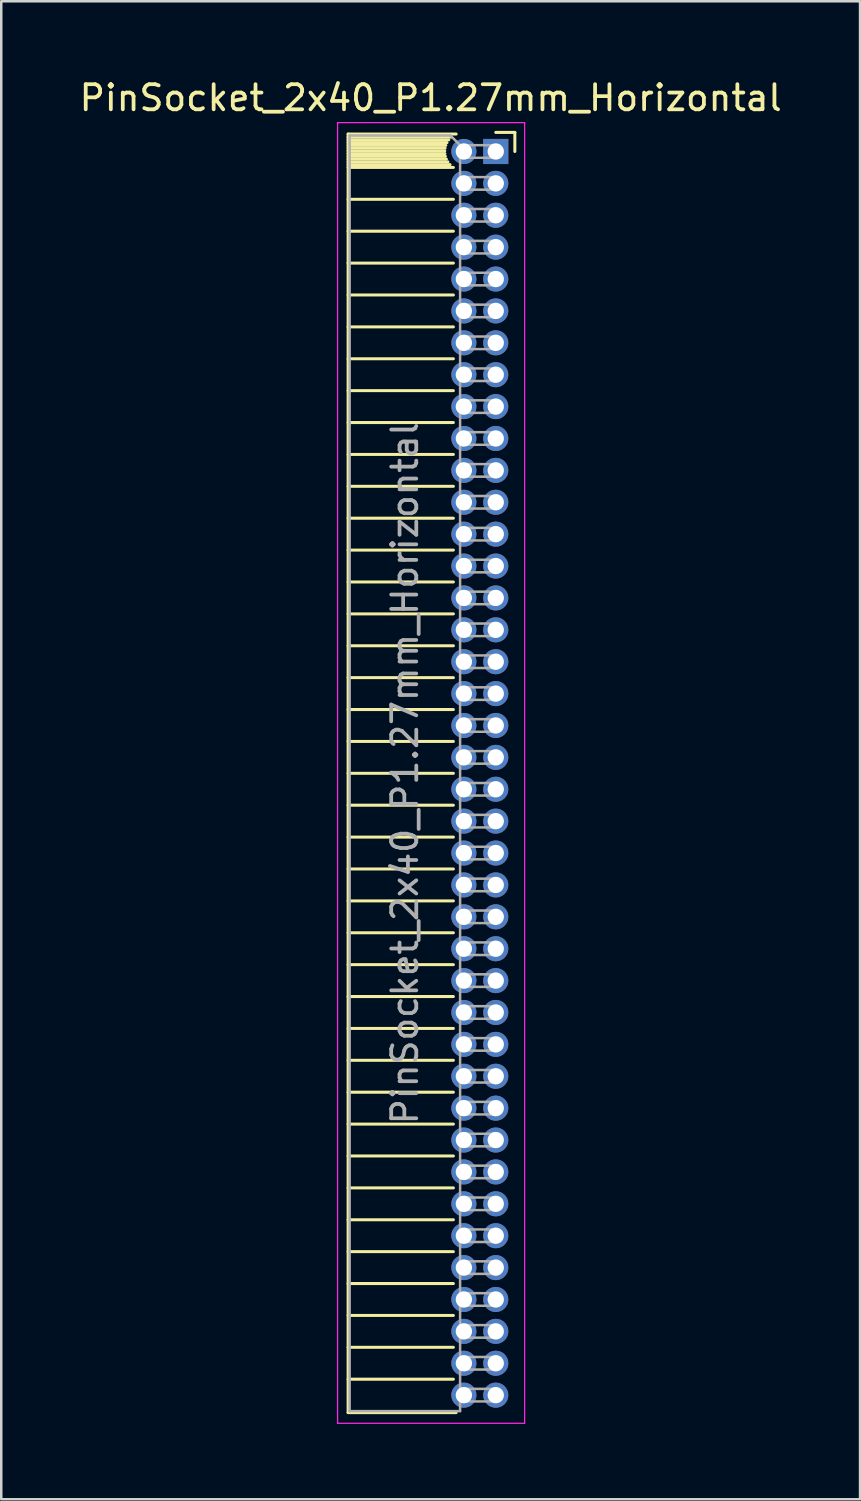
<source format=kicad_pcb>
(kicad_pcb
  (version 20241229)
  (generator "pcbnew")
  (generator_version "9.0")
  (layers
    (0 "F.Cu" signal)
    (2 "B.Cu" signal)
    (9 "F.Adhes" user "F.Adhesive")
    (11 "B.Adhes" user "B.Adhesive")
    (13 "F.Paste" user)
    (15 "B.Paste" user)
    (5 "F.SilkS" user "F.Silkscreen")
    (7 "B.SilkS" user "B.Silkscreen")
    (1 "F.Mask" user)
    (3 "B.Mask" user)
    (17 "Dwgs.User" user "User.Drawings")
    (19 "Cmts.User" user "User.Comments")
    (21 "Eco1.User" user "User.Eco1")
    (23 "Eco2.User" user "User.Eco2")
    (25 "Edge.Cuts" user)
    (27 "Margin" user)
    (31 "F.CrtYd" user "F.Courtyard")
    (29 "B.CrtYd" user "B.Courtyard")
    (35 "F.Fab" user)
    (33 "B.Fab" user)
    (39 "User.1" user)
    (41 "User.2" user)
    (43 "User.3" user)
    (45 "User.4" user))
  (footprint "PinSocket_2x40_P1.27mm_Horizontal"
    (layer "F.Cu")
    (at 16.694 2.983)
    (property "Reference" "PinSocket_2x40_P1.27mm_Horizontal" (at -2.592 -2.135 0) (layer "F.SilkS") (effects (font (size 1 1) (thickness 0.15))))
    (attr through_hole)
    (fp_line (start -5.88 -0.695) (end -5.88 50.225) (stroke (width 0.12) (type solid)) (layer "F.SilkS"))
    (fp_line (start -5.88 -0.695) (end -1.578 -0.695) (stroke (width 0.12) (type solid)) (layer "F.SilkS"))
    (fp_line (start -5.88 -0.575) (end -1.767 -0.575) (stroke (width 0.12) (type solid)) (layer "F.SilkS"))
    (fp_line (start -5.88 -0.465) (end -1.871 -0.465) (stroke (width 0.12) (type solid)) (layer "F.SilkS"))
    (fp_line (start -5.88 -0.355) (end -1.942 -0.355) (stroke (width 0.12) (type solid)) (layer "F.SilkS"))
    (fp_line (start -5.88 -0.245) (end -1.989 -0.245) (stroke (width 0.12) (type solid)) (layer "F.SilkS"))
    (fp_line (start -5.88 -0.135) (end -2.018 -0.135) (stroke (width 0.12) (type solid)) (layer "F.SilkS"))
    (fp_line (start -5.88 -0.025) (end -2.03 -0.025) (stroke (width 0.12) (type solid)) (layer "F.SilkS"))
    (fp_line (start -5.88 0.085) (end -2.025 0.085) (stroke (width 0.12) (type solid)) (layer "F.SilkS"))
    (fp_line (start -5.88 0.195) (end -2.005 0.195) (stroke (width 0.12) (type solid)) (layer "F.SilkS"))
    (fp_line (start -5.88 0.305) (end -1.966 0.305) (stroke (width 0.12) (type solid)) (layer "F.SilkS"))
    (fp_line (start -5.88 0.415) (end -1.907 0.415) (stroke (width 0.12) (type solid)) (layer "F.SilkS"))
    (fp_line (start -5.88 0.525) (end -1.82 0.525) (stroke (width 0.12) (type solid)) (layer "F.SilkS"))
    (fp_line (start -5.88 0.635) (end -1.688 0.635) (stroke (width 0.12) (type solid)) (layer "F.SilkS"))
    (fp_line (start -5.88 1.905) (end -1.688 1.905) (stroke (width 0.12) (type solid)) (layer "F.SilkS"))
    (fp_line (start -5.88 3.175) (end -1.688 3.175) (stroke (width 0.12) (type solid)) (layer "F.SilkS"))
    (fp_line (start -5.88 4.445) (end -1.688 4.445) (stroke (width 0.12) (type solid)) (layer "F.SilkS"))
    (fp_line (start -5.88 5.715) (end -1.688 5.715) (stroke (width 0.12) (type solid)) (layer "F.SilkS"))
    (fp_line (start -5.88 6.985) (end -1.688 6.985) (stroke (width 0.12) (type solid)) (layer "F.SilkS"))
    (fp_line (start -5.88 8.255) (end -1.688 8.255) (stroke (width 0.12) (type solid)) (layer "F.SilkS"))
    (fp_line (start -5.88 9.525) (end -1.688 9.525) (stroke (width 0.12) (type solid)) (layer "F.SilkS"))
    (fp_line (start -5.88 10.795) (end -1.688 10.795) (stroke (width 0.12) (type solid)) (layer "F.SilkS"))
    (fp_line (start -5.88 12.065) (end -1.688 12.065) (stroke (width 0.12) (type solid)) (layer "F.SilkS"))
    (fp_line (start -5.88 13.335) (end -1.688 13.335) (stroke (width 0.12) (type solid)) (layer "F.SilkS"))
    (fp_line (start -5.88 14.605) (end -1.688 14.605) (stroke (width 0.12) (type solid)) (layer "F.SilkS"))
    (fp_line (start -5.88 15.875) (end -1.688 15.875) (stroke (width 0.12) (type solid)) (layer "F.SilkS"))
    (fp_line (start -5.88 17.145) (end -1.688 17.145) (stroke (width 0.12) (type solid)) (layer "F.SilkS"))
    (fp_line (start -5.88 18.415) (end -1.688 18.415) (stroke (width 0.12) (type solid)) (layer "F.SilkS"))
    (fp_line (start -5.88 19.685) (end -1.688 19.685) (stroke (width 0.12) (type solid)) (layer "F.SilkS"))
    (fp_line (start -5.88 20.955) (end -1.688 20.955) (stroke (width 0.12) (type solid)) (layer "F.SilkS"))
    (fp_line (start -5.88 22.225) (end -1.688 22.225) (stroke (width 0.12) (type solid)) (layer "F.SilkS"))
    (fp_line (start -5.88 23.495) (end -1.688 23.495) (stroke (width 0.12) (type solid)) (layer "F.SilkS"))
    (fp_line (start -5.88 24.765) (end -1.688 24.765) (stroke (width 0.12) (type solid)) (layer "F.SilkS"))
    (fp_line (start -5.88 26.035) (end -1.688 26.035) (stroke (width 0.12) (type solid)) (layer "F.SilkS"))
    (fp_line (start -5.88 27.305) (end -1.688 27.305) (stroke (width 0.12) (type solid)) (layer "F.SilkS"))
    (fp_line (start -5.88 28.575) (end -1.688 28.575) (stroke (width 0.12) (type solid)) (layer "F.SilkS"))
    (fp_line (start -5.88 29.845) (end -1.688 29.845) (stroke (width 0.12) (type solid)) (layer "F.SilkS"))
    (fp_line (start -5.88 31.115) (end -1.688 31.115) (stroke (width 0.12) (type solid)) (layer "F.SilkS"))
    (fp_line (start -5.88 32.385) (end -1.688 32.385) (stroke (width 0.12) (type solid)) (layer "F.SilkS"))
    (fp_line (start -5.88 33.655) (end -1.688 33.655) (stroke (width 0.12) (type solid)) (layer "F.SilkS"))
    (fp_line (start -5.88 34.925) (end -1.688 34.925) (stroke (width 0.12) (type solid)) (layer "F.SilkS"))
    (fp_line (start -5.88 36.195) (end -1.688 36.195) (stroke (width 0.12) (type solid)) (layer "F.SilkS"))
    (fp_line (start -5.88 37.465) (end -1.688 37.465) (stroke (width 0.12) (type solid)) (layer "F.SilkS"))
    (fp_line (start -5.88 38.735) (end -1.688 38.735) (stroke (width 0.12) (type solid)) (layer "F.SilkS"))
    (fp_line (start -5.88 40.005) (end -1.688 40.005) (stroke (width 0.12) (type solid)) (layer "F.SilkS"))
    (fp_line (start -5.88 41.275) (end -1.688 41.275) (stroke (width 0.12) (type solid)) (layer "F.SilkS"))
    (fp_line (start -5.88 42.545) (end -1.688 42.545) (stroke (width 0.12) (type solid)) (layer "F.SilkS"))
    (fp_line (start -5.88 43.815) (end -1.688 43.815) (stroke (width 0.12) (type solid)) (layer "F.SilkS"))
    (fp_line (start -5.88 45.085) (end -1.688 45.085) (stroke (width 0.12) (type solid)) (layer "F.SilkS"))
    (fp_line (start -5.88 46.355) (end -1.688 46.355) (stroke (width 0.12) (type solid)) (layer "F.SilkS"))
    (fp_line (start -5.88 47.625) (end -1.688 47.625) (stroke (width 0.12) (type solid)) (layer "F.SilkS"))
    (fp_line (start -5.88 48.895) (end -1.688 48.895) (stroke (width 0.12) (type solid)) (layer "F.SilkS"))
    (fp_line (start -5.88 50.225) (end -1.578 50.225) (stroke (width 0.12) (type solid)) (layer "F.SilkS"))
    (fp_line (start 0 -0.76) (end 0.76 -0.76) (stroke (width 0.12) (type solid)) (layer "F.SilkS"))
    (fp_line (start 0.76 -0.76) (end 0.76 0) (stroke (width 0.12) (type solid)) (layer "F.SilkS"))
    (fp_line (start -6.3 -1.15) (end -6.3 50.65) (stroke (width 0.05) (type solid)) (layer "F.CrtYd"))
    (fp_line (start -6.3 50.65) (end 1.15 50.65) (stroke (width 0.05) (type solid)) (layer "F.CrtYd"))
    (fp_line (start 1.15 -1.15) (end -6.3 -1.15) (stroke (width 0.05) (type solid)) (layer "F.CrtYd"))
    (fp_line (start 1.15 50.65) (end 1.15 -1.15) (stroke (width 0.05) (type solid)) (layer "F.CrtYd"))
    (fp_line (start -5.82 -0.635) (end -1.805 -0.635) (stroke (width 0.1) (type solid)) (layer "F.Fab"))
    (fp_line (start -5.82 50.165) (end -5.82 -0.635) (stroke (width 0.1) (type solid)) (layer "F.Fab"))
    (fp_line (start -1.805 -0.635) (end -1.42 -0.25) (stroke (width 0.1) (type solid)) (layer "F.Fab"))
    (fp_line (start -1.42 -0.25) (end -1.42 50.165) (stroke (width 0.1) (type solid)) (layer "F.Fab"))
    (fp_line (start -1.42 0.25) (end 0 0.25) (stroke (width 0.1) (type solid)) (layer "F.Fab"))
    (fp_line (start -1.42 1.52) (end 0 1.52) (stroke (width 0.1) (type solid)) (layer "F.Fab"))
    (fp_line (start -1.42 2.79) (end 0 2.79) (stroke (width 0.1) (type solid)) (layer "F.Fab"))
    (fp_line (start -1.42 4.06) (end 0 4.06) (stroke (width 0.1) (type solid)) (layer "F.Fab"))
    (fp_line (start -1.42 5.33) (end 0 5.33) (stroke (width 0.1) (type solid)) (layer "F.Fab"))
    (fp_line (start -1.42 6.6) (end 0 6.6) (stroke (width 0.1) (type solid)) (layer "F.Fab"))
    (fp_line (start -1.42 7.87) (end 0 7.87) (stroke (width 0.1) (type solid)) (layer "F.Fab"))
    (fp_line (start -1.42 9.14) (end 0 9.14) (stroke (width 0.1) (type solid)) (layer "F.Fab"))
    (fp_line (start -1.42 10.41) (end 0 10.41) (stroke (width 0.1) (type solid)) (layer "F.Fab"))
    (fp_line (start -1.42 11.68) (end 0 11.68) (stroke (width 0.1) (type solid)) (layer "F.Fab"))
    (fp_line (start -1.42 12.95) (end 0 12.95) (stroke (width 0.1) (type solid)) (layer "F.Fab"))
    (fp_line (start -1.42 14.22) (end 0 14.22) (stroke (width 0.1) (type solid)) (layer "F.Fab"))
    (fp_line (start -1.42 15.49) (end 0 15.49) (stroke (width 0.1) (type solid)) (layer "F.Fab"))
    (fp_line (start -1.42 16.76) (end 0 16.76) (stroke (width 0.1) (type solid)) (layer "F.Fab"))
    (fp_line (start -1.42 18.03) (end 0 18.03) (stroke (width 0.1) (type solid)) (layer "F.Fab"))
    (fp_line (start -1.42 19.3) (end 0 19.3) (stroke (width 0.1) (type solid)) (layer "F.Fab"))
    (fp_line (start -1.42 20.57) (end 0 20.57) (stroke (width 0.1) (type solid)) (layer "F.Fab"))
    (fp_line (start -1.42 21.84) (end 0 21.84) (stroke (width 0.1) (type solid)) (layer "F.Fab"))
    (fp_line (start -1.42 23.11) (end 0 23.11) (stroke (width 0.1) (type solid)) (layer "F.Fab"))
    (fp_line (start -1.42 24.38) (end 0 24.38) (stroke (width 0.1) (type solid)) (layer "F.Fab"))
    (fp_line (start -1.42 25.65) (end 0 25.65) (stroke (width 0.1) (type solid)) (layer "F.Fab"))
    (fp_line (start -1.42 26.92) (end 0 26.92) (stroke (width 0.1) (type solid)) (layer "F.Fab"))
    (fp_line (start -1.42 28.19) (end 0 28.19) (stroke (width 0.1) (type solid)) (layer "F.Fab"))
    (fp_line (start -1.42 29.46) (end 0 29.46) (stroke (width 0.1) (type solid)) (layer "F.Fab"))
    (fp_line (start -1.42 30.73) (end 0 30.73) (stroke (width 0.1) (type solid)) (layer "F.Fab"))
    (fp_line (start -1.42 32) (end 0 32) (stroke (width 0.1) (type solid)) (layer "F.Fab"))
    (fp_line (start -1.42 33.27) (end 0 33.27) (stroke (width 0.1) (type solid)) (layer "F.Fab"))
    (fp_line (start -1.42 34.54) (end 0 34.54) (stroke (width 0.1) (type solid)) (layer "F.Fab"))
    (fp_line (start -1.42 35.81) (end 0 35.81) (stroke (width 0.1) (type solid)) (layer "F.Fab"))
    (fp_line (start -1.42 37.08) (end 0 37.08) (stroke (width 0.1) (type solid)) (layer "F.Fab"))
    (fp_line (start -1.42 38.35) (end 0 38.35) (stroke (width 0.1) (type solid)) (layer "F.Fab"))
    (fp_line (start -1.42 39.62) (end 0 39.62) (stroke (width 0.1) (type solid)) (layer "F.Fab"))
    (fp_line (start -1.42 40.89) (end 0 40.89) (stroke (width 0.1) (type solid)) (layer "F.Fab"))
    (fp_line (start -1.42 42.16) (end 0 42.16) (stroke (width 0.1) (type solid)) (layer "F.Fab"))
    (fp_line (start -1.42 43.43) (end 0 43.43) (stroke (width 0.1) (type solid)) (layer "F.Fab"))
    (fp_line (start -1.42 44.7) (end 0 44.7) (stroke (width 0.1) (type solid)) (layer "F.Fab"))
    (fp_line (start -1.42 45.97) (end 0 45.97) (stroke (width 0.1) (type solid)) (layer "F.Fab"))
    (fp_line (start -1.42 47.24) (end 0 47.24) (stroke (width 0.1) (type solid)) (layer "F.Fab"))
    (fp_line (start -1.42 48.51) (end 0 48.51) (stroke (width 0.1) (type solid)) (layer "F.Fab"))
    (fp_line (start -1.42 49.78) (end 0 49.78) (stroke (width 0.1) (type solid)) (layer "F.Fab"))
    (fp_line (start -1.42 50.165) (end -5.82 50.165) (stroke (width 0.1) (type solid)) (layer "F.Fab"))
    (fp_line (start 0 -0.25) (end -1.42 -0.25) (stroke (width 0.1) (type solid)) (layer "F.Fab"))
    (fp_line (start 0 0.25) (end 0 -0.25) (stroke (width 0.1) (type solid)) (layer "F.Fab"))
    (fp_line (start 0 1.02) (end -1.42 1.02) (stroke (width 0.1) (type solid)) (layer "F.Fab"))
    (fp_line (start 0 1.52) (end 0 1.02) (stroke (width 0.1) (type solid)) (layer "F.Fab"))
    (fp_line (start 0 2.29) (end -1.42 2.29) (stroke (width 0.1) (type solid)) (layer "F.Fab"))
    (fp_line (start 0 2.79) (end 0 2.29) (stroke (width 0.1) (type solid)) (layer "F.Fab"))
    (fp_line (start 0 3.56) (end -1.42 3.56) (stroke (width 0.1) (type solid)) (layer "F.Fab"))
    (fp_line (start 0 4.06) (end 0 3.56) (stroke (width 0.1) (type solid)) (layer "F.Fab"))
    (fp_line (start 0 4.83) (end -1.42 4.83) (stroke (width 0.1) (type solid)) (layer "F.Fab"))
    (fp_line (start 0 5.33) (end 0 4.83) (stroke (width 0.1) (type solid)) (layer "F.Fab"))
    (fp_line (start 0 6.1) (end -1.42 6.1) (stroke (width 0.1) (type solid)) (layer "F.Fab"))
    (fp_line (start 0 6.6) (end 0 6.1) (stroke (width 0.1) (type solid)) (layer "F.Fab"))
    (fp_line (start 0 7.37) (end -1.42 7.37) (stroke (width 0.1) (type solid)) (layer "F.Fab"))
    (fp_line (start 0 7.87) (end 0 7.37) (stroke (width 0.1) (type solid)) (layer "F.Fab"))
    (fp_line (start 0 8.64) (end -1.42 8.64) (stroke (width 0.1) (type solid)) (layer "F.Fab"))
    (fp_line (start 0 9.14) (end 0 8.64) (stroke (width 0.1) (type solid)) (layer "F.Fab"))
    (fp_line (start 0 9.91) (end -1.42 9.91) (stroke (width 0.1) (type solid)) (layer "F.Fab"))
    (fp_line (start 0 10.41) (end 0 9.91) (stroke (width 0.1) (type solid)) (layer "F.Fab"))
    (fp_line (start 0 11.18) (end -1.42 11.18) (stroke (width 0.1) (type solid)) (layer "F.Fab"))
    (fp_line (start 0 11.68) (end 0 11.18) (stroke (width 0.1) (type solid)) (layer "F.Fab"))
    (fp_line (start 0 12.45) (end -1.42 12.45) (stroke (width 0.1) (type solid)) (layer "F.Fab"))
    (fp_line (start 0 12.95) (end 0 12.45) (stroke (width 0.1) (type solid)) (layer "F.Fab"))
    (fp_line (start 0 13.72) (end -1.42 13.72) (stroke (width 0.1) (type solid)) (layer "F.Fab"))
    (fp_line (start 0 14.22) (end 0 13.72) (stroke (width 0.1) (type solid)) (layer "F.Fab"))
    (fp_line (start 0 14.99) (end -1.42 14.99) (stroke (width 0.1) (type solid)) (layer "F.Fab"))
    (fp_line (start 0 15.49) (end 0 14.99) (stroke (width 0.1) (type solid)) (layer "F.Fab"))
    (fp_line (start 0 16.26) (end -1.42 16.26) (stroke (width 0.1) (type solid)) (layer "F.Fab"))
    (fp_line (start 0 16.76) (end 0 16.26) (stroke (width 0.1) (type solid)) (layer "F.Fab"))
    (fp_line (start 0 17.53) (end -1.42 17.53) (stroke (width 0.1) (type solid)) (layer "F.Fab"))
    (fp_line (start 0 18.03) (end 0 17.53) (stroke (width 0.1) (type solid)) (layer "F.Fab"))
    (fp_line (start 0 18.8) (end -1.42 18.8) (stroke (width 0.1) (type solid)) (layer "F.Fab"))
    (fp_line (start 0 19.3) (end 0 18.8) (stroke (width 0.1) (type solid)) (layer "F.Fab"))
    (fp_line (start 0 20.07) (end -1.42 20.07) (stroke (width 0.1) (type solid)) (layer "F.Fab"))
    (fp_line (start 0 20.57) (end 0 20.07) (stroke (width 0.1) (type solid)) (layer "F.Fab"))
    (fp_line (start 0 21.34) (end -1.42 21.34) (stroke (width 0.1) (type solid)) (layer "F.Fab"))
    (fp_line (start 0 21.84) (end 0 21.34) (stroke (width 0.1) (type solid)) (layer "F.Fab"))
    (fp_line (start 0 22.61) (end -1.42 22.61) (stroke (width 0.1) (type solid)) (layer "F.Fab"))
    (fp_line (start 0 23.11) (end 0 22.61) (stroke (width 0.1) (type solid)) (layer "F.Fab"))
    (fp_line (start 0 23.88) (end -1.42 23.88) (stroke (width 0.1) (type solid)) (layer "F.Fab"))
    (fp_line (start 0 24.38) (end 0 23.88) (stroke (width 0.1) (type solid)) (layer "F.Fab"))
    (fp_line (start 0 25.15) (end -1.42 25.15) (stroke (width 0.1) (type solid)) (layer "F.Fab"))
    (fp_line (start 0 25.65) (end 0 25.15) (stroke (width 0.1) (type solid)) (layer "F.Fab"))
    (fp_line (start 0 26.42) (end -1.42 26.42) (stroke (width 0.1) (type solid)) (layer "F.Fab"))
    (fp_line (start 0 26.92) (end 0 26.42) (stroke (width 0.1) (type solid)) (layer "F.Fab"))
    (fp_line (start 0 27.69) (end -1.42 27.69) (stroke (width 0.1) (type solid)) (layer "F.Fab"))
    (fp_line (start 0 28.19) (end 0 27.69) (stroke (width 0.1) (type solid)) (layer "F.Fab"))
    (fp_line (start 0 28.96) (end -1.42 28.96) (stroke (width 0.1) (type solid)) (layer "F.Fab"))
    (fp_line (start 0 29.46) (end 0 28.96) (stroke (width 0.1) (type solid)) (layer "F.Fab"))
    (fp_line (start 0 30.23) (end -1.42 30.23) (stroke (width 0.1) (type solid)) (layer "F.Fab"))
    (fp_line (start 0 30.73) (end 0 30.23) (stroke (width 0.1) (type solid)) (layer "F.Fab"))
    (fp_line (start 0 31.5) (end -1.42 31.5) (stroke (width 0.1) (type solid)) (layer "F.Fab"))
    (fp_line (start 0 32) (end 0 31.5) (stroke (width 0.1) (type solid)) (layer "F.Fab"))
    (fp_line (start 0 32.77) (end -1.42 32.77) (stroke (width 0.1) (type solid)) (layer "F.Fab"))
    (fp_line (start 0 33.27) (end 0 32.77) (stroke (width 0.1) (type solid)) (layer "F.Fab"))
    (fp_line (start 0 34.04) (end -1.42 34.04) (stroke (width 0.1) (type solid)) (layer "F.Fab"))
    (fp_line (start 0 34.54) (end 0 34.04) (stroke (width 0.1) (type solid)) (layer "F.Fab"))
    (fp_line (start 0 35.31) (end -1.42 35.31) (stroke (width 0.1) (type solid)) (layer "F.Fab"))
    (fp_line (start 0 35.81) (end 0 35.31) (stroke (width 0.1) (type solid)) (layer "F.Fab"))
    (fp_line (start 0 36.58) (end -1.42 36.58) (stroke (width 0.1) (type solid)) (layer "F.Fab"))
    (fp_line (start 0 37.08) (end 0 36.58) (stroke (width 0.1) (type solid)) (layer "F.Fab"))
    (fp_line (start 0 37.85) (end -1.42 37.85) (stroke (width 0.1) (type solid)) (layer "F.Fab"))
    (fp_line (start 0 38.35) (end 0 37.85) (stroke (width 0.1) (type solid)) (layer "F.Fab"))
    (fp_line (start 0 39.12) (end -1.42 39.12) (stroke (width 0.1) (type solid)) (layer "F.Fab"))
    (fp_line (start 0 39.62) (end 0 39.12) (stroke (width 0.1) (type solid)) (layer "F.Fab"))
    (fp_line (start 0 40.39) (end -1.42 40.39) (stroke (width 0.1) (type solid)) (layer "F.Fab"))
    (fp_line (start 0 40.89) (end 0 40.39) (stroke (width 0.1) (type solid)) (layer "F.Fab"))
    (fp_line (start 0 41.66) (end -1.42 41.66) (stroke (width 0.1) (type solid)) (layer "F.Fab"))
    (fp_line (start 0 42.16) (end 0 41.66) (stroke (width 0.1) (type solid)) (layer "F.Fab"))
    (fp_line (start 0 42.93) (end -1.42 42.93) (stroke (width 0.1) (type solid)) (layer "F.Fab"))
    (fp_line (start 0 43.43) (end 0 42.93) (stroke (width 0.1) (type solid)) (layer "F.Fab"))
    (fp_line (start 0 44.2) (end -1.42 44.2) (stroke (width 0.1) (type solid)) (layer "F.Fab"))
    (fp_line (start 0 44.7) (end 0 44.2) (stroke (width 0.1) (type solid)) (layer "F.Fab"))
    (fp_line (start 0 45.47) (end -1.42 45.47) (stroke (width 0.1) (type solid)) (layer "F.Fab"))
    (fp_line (start 0 45.97) (end 0 45.47) (stroke (width 0.1) (type solid)) (layer "F.Fab"))
    (fp_line (start 0 46.74) (end -1.42 46.74) (stroke (width 0.1) (type solid)) (layer "F.Fab"))
    (fp_line (start 0 47.24) (end 0 46.74) (stroke (width 0.1) (type solid)) (layer "F.Fab"))
    (fp_line (start 0 48.01) (end -1.42 48.01) (stroke (width 0.1) (type solid)) (layer "F.Fab"))
    (fp_line (start 0 48.51) (end 0 48.01) (stroke (width 0.1) (type solid)) (layer "F.Fab"))
    (fp_line (start 0 49.28) (end -1.42 49.28) (stroke (width 0.1) (type solid)) (layer "F.Fab"))
    (fp_line (start 0 49.78) (end 0 49.28) (stroke (width 0.1) (type solid)) (layer "F.Fab"))
    (fp_text user "${REFERENCE}" (at -3.62 24.765 90) (layer "F.Fab") (effects (font (size 1 1) (thickness 0.15))))
    (pad "1" thru_hole rect (at 0 0) (size 1 1) (drill 0.65) (layers "*.Cu" "*.Mask"))
    (pad "2" thru_hole circle (at -1.27 0) (size 1 1) (drill 0.65) (layers "*.Cu" "*.Mask"))
    (pad "3" thru_hole circle (at 0 1.27) (size 1 1) (drill 0.65) (layers "*.Cu" "*.Mask"))
    (pad "4" thru_hole circle (at -1.27 1.27) (size 1 1) (drill 0.65) (layers "*.Cu" "*.Mask"))
    (pad "5" thru_hole circle (at 0 2.54) (size 1 1) (drill 0.65) (layers "*.Cu" "*.Mask"))
    (pad "6" thru_hole circle (at -1.27 2.54) (size 1 1) (drill 0.65) (layers "*.Cu" "*.Mask"))
    (pad "7" thru_hole circle (at 0 3.81) (size 1 1) (drill 0.65) (layers "*.Cu" "*.Mask"))
    (pad "8" thru_hole circle (at -1.27 3.81) (size 1 1) (drill 0.65) (layers "*.Cu" "*.Mask"))
    (pad "9" thru_hole circle (at 0 5.08) (size 1 1) (drill 0.65) (layers "*.Cu" "*.Mask"))
    (pad "10" thru_hole circle (at -1.27 5.08) (size 1 1) (drill 0.65) (layers "*.Cu" "*.Mask"))
    (pad "11" thru_hole circle (at 0 6.35) (size 1 1) (drill 0.65) (layers "*.Cu" "*.Mask"))
    (pad "12" thru_hole circle (at -1.27 6.35) (size 1 1) (drill 0.65) (layers "*.Cu" "*.Mask"))
    (pad "13" thru_hole circle (at 0 7.62) (size 1 1) (drill 0.65) (layers "*.Cu" "*.Mask"))
    (pad "14" thru_hole circle (at -1.27 7.62) (size 1 1) (drill 0.65) (layers "*.Cu" "*.Mask"))
    (pad "15" thru_hole circle (at 0 8.89) (size 1 1) (drill 0.65) (layers "*.Cu" "*.Mask"))
    (pad "16" thru_hole circle (at -1.27 8.89) (size 1 1) (drill 0.65) (layers "*.Cu" "*.Mask"))
    (pad "17" thru_hole circle (at 0 10.16) (size 1 1) (drill 0.65) (layers "*.Cu" "*.Mask"))
    (pad "18" thru_hole circle (at -1.27 10.16) (size 1 1) (drill 0.65) (layers "*.Cu" "*.Mask"))
    (pad "19" thru_hole circle (at 0 11.43) (size 1 1) (drill 0.65) (layers "*.Cu" "*.Mask"))
    (pad "20" thru_hole circle (at -1.27 11.43) (size 1 1) (drill 0.65) (layers "*.Cu" "*.Mask"))
    (pad "21" thru_hole circle (at 0 12.7) (size 1 1) (drill 0.65) (layers "*.Cu" "*.Mask"))
    (pad "22" thru_hole circle (at -1.27 12.7) (size 1 1) (drill 0.65) (layers "*.Cu" "*.Mask"))
    (pad "23" thru_hole circle (at 0 13.97) (size 1 1) (drill 0.65) (layers "*.Cu" "*.Mask"))
    (pad "24" thru_hole circle (at -1.27 13.97) (size 1 1) (drill 0.65) (layers "*.Cu" "*.Mask"))
    (pad "25" thru_hole circle (at 0 15.24) (size 1 1) (drill 0.65) (layers "*.Cu" "*.Mask"))
    (pad "26" thru_hole circle (at -1.27 15.24) (size 1 1) (drill 0.65) (layers "*.Cu" "*.Mask"))
    (pad "27" thru_hole circle (at 0 16.51) (size 1 1) (drill 0.65) (layers "*.Cu" "*.Mask"))
    (pad "28" thru_hole circle (at -1.27 16.51) (size 1 1) (drill 0.65) (layers "*.Cu" "*.Mask"))
    (pad "29" thru_hole circle (at 0 17.78) (size 1 1) (drill 0.65) (layers "*.Cu" "*.Mask"))
    (pad "30" thru_hole circle (at -1.27 17.78) (size 1 1) (drill 0.65) (layers "*.Cu" "*.Mask"))
    (pad "31" thru_hole circle (at 0 19.05) (size 1 1) (drill 0.65) (layers "*.Cu" "*.Mask"))
    (pad "32" thru_hole circle (at -1.27 19.05) (size 1 1) (drill 0.65) (layers "*.Cu" "*.Mask"))
    (pad "33" thru_hole circle (at 0 20.32) (size 1 1) (drill 0.65) (layers "*.Cu" "*.Mask"))
    (pad "34" thru_hole circle (at -1.27 20.32) (size 1 1) (drill 0.65) (layers "*.Cu" "*.Mask"))
    (pad "35" thru_hole circle (at 0 21.59) (size 1 1) (drill 0.65) (layers "*.Cu" "*.Mask"))
    (pad "36" thru_hole circle (at -1.27 21.59) (size 1 1) (drill 0.65) (layers "*.Cu" "*.Mask"))
    (pad "37" thru_hole circle (at 0 22.86) (size 1 1) (drill 0.65) (layers "*.Cu" "*.Mask"))
    (pad "38" thru_hole circle (at -1.27 22.86) (size 1 1) (drill 0.65) (layers "*.Cu" "*.Mask"))
    (pad "39" thru_hole circle (at 0 24.13) (size 1 1) (drill 0.65) (layers "*.Cu" "*.Mask"))
    (pad "40" thru_hole circle (at -1.27 24.13) (size 1 1) (drill 0.65) (layers "*.Cu" "*.Mask"))
    (pad "41" thru_hole circle (at 0 25.4) (size 1 1) (drill 0.65) (layers "*.Cu" "*.Mask"))
    (pad "42" thru_hole circle (at -1.27 25.4) (size 1 1) (drill 0.65) (layers "*.Cu" "*.Mask"))
    (pad "43" thru_hole circle (at 0 26.67) (size 1 1) (drill 0.65) (layers "*.Cu" "*.Mask"))
    (pad "44" thru_hole circle (at -1.27 26.67) (size 1 1) (drill 0.65) (layers "*.Cu" "*.Mask"))
    (pad "45" thru_hole circle (at 0 27.94) (size 1 1) (drill 0.65) (layers "*.Cu" "*.Mask"))
    (pad "46" thru_hole circle (at -1.27 27.94) (size 1 1) (drill 0.65) (layers "*.Cu" "*.Mask"))
    (pad "47" thru_hole circle (at 0 29.21) (size 1 1) (drill 0.65) (layers "*.Cu" "*.Mask"))
    (pad "48" thru_hole circle (at -1.27 29.21) (size 1 1) (drill 0.65) (layers "*.Cu" "*.Mask"))
    (pad "49" thru_hole circle (at 0 30.48) (size 1 1) (drill 0.65) (layers "*.Cu" "*.Mask"))
    (pad "50" thru_hole circle (at -1.27 30.48) (size 1 1) (drill 0.65) (layers "*.Cu" "*.Mask"))
    (pad "51" thru_hole circle (at 0 31.75) (size 1 1) (drill 0.65) (layers "*.Cu" "*.Mask"))
    (pad "52" thru_hole circle (at -1.27 31.75) (size 1 1) (drill 0.65) (layers "*.Cu" "*.Mask"))
    (pad "53" thru_hole circle (at 0 33.02) (size 1 1) (drill 0.65) (layers "*.Cu" "*.Mask"))
    (pad "54" thru_hole circle (at -1.27 33.02) (size 1 1) (drill 0.65) (layers "*.Cu" "*.Mask"))
    (pad "55" thru_hole circle (at 0 34.29) (size 1 1) (drill 0.65) (layers "*.Cu" "*.Mask"))
    (pad "56" thru_hole circle (at -1.27 34.29) (size 1 1) (drill 0.65) (layers "*.Cu" "*.Mask"))
    (pad "57" thru_hole circle (at 0 35.56) (size 1 1) (drill 0.65) (layers "*.Cu" "*.Mask"))
    (pad "58" thru_hole circle (at -1.27 35.56) (size 1 1) (drill 0.65) (layers "*.Cu" "*.Mask"))
    (pad "59" thru_hole circle (at 0 36.83) (size 1 1) (drill 0.65) (layers "*.Cu" "*.Mask"))
    (pad "60" thru_hole circle (at -1.27 36.83) (size 1 1) (drill 0.65) (layers "*.Cu" "*.Mask"))
    (pad "61" thru_hole circle (at 0 38.1) (size 1 1) (drill 0.65) (layers "*.Cu" "*.Mask"))
    (pad "62" thru_hole circle (at -1.27 38.1) (size 1 1) (drill 0.65) (layers "*.Cu" "*.Mask"))
    (pad "63" thru_hole circle (at 0 39.37) (size 1 1) (drill 0.65) (layers "*.Cu" "*.Mask"))
    (pad "64" thru_hole circle (at -1.27 39.37) (size 1 1) (drill 0.65) (layers "*.Cu" "*.Mask"))
    (pad "65" thru_hole circle (at 0 40.64) (size 1 1) (drill 0.65) (layers "*.Cu" "*.Mask"))
    (pad "66" thru_hole circle (at -1.27 40.64) (size 1 1) (drill 0.65) (layers "*.Cu" "*.Mask"))
    (pad "67" thru_hole circle (at 0 41.91) (size 1 1) (drill 0.65) (layers "*.Cu" "*.Mask"))
    (pad "68" thru_hole circle (at -1.27 41.91) (size 1 1) (drill 0.65) (layers "*.Cu" "*.Mask"))
    (pad "69" thru_hole circle (at 0 43.18) (size 1 1) (drill 0.65) (layers "*.Cu" "*.Mask"))
    (pad "70" thru_hole circle (at -1.27 43.18) (size 1 1) (drill 0.65) (layers "*.Cu" "*.Mask"))
    (pad "71" thru_hole circle (at 0 44.45) (size 1 1) (drill 0.65) (layers "*.Cu" "*.Mask"))
    (pad "72" thru_hole circle (at -1.27 44.45) (size 1 1) (drill 0.65) (layers "*.Cu" "*.Mask"))
    (pad "73" thru_hole circle (at 0 45.72) (size 1 1) (drill 0.65) (layers "*.Cu" "*.Mask"))
    (pad "74" thru_hole circle (at -1.27 45.72) (size 1 1) (drill 0.65) (layers "*.Cu" "*.Mask"))
    (pad "75" thru_hole circle (at 0 46.99) (size 1 1) (drill 0.65) (layers "*.Cu" "*.Mask"))
    (pad "76" thru_hole circle (at -1.27 46.99) (size 1 1) (drill 0.65) (layers "*.Cu" "*.Mask"))
    (pad "77" thru_hole circle (at 0 48.26) (size 1 1) (drill 0.65) (layers "*.Cu" "*.Mask"))
    (pad "78" thru_hole circle (at -1.27 48.26) (size 1 1) (drill 0.65) (layers "*.Cu" "*.Mask"))
    (pad "79" thru_hole circle (at 0 49.53) (size 1 1) (drill 0.65) (layers "*.Cu" "*.Mask"))
    (pad "80" thru_hole circle (at -1.27 49.53) (size 1 1) (drill 0.65) (layers "*.Cu" "*.Mask")))
  (gr_rect
    (start -3 -3)
    (end 31.202 56.658)
    (stroke (width 0.1) (type default))
    (fill no)
    (layer "Edge.Cuts")))
</source>
